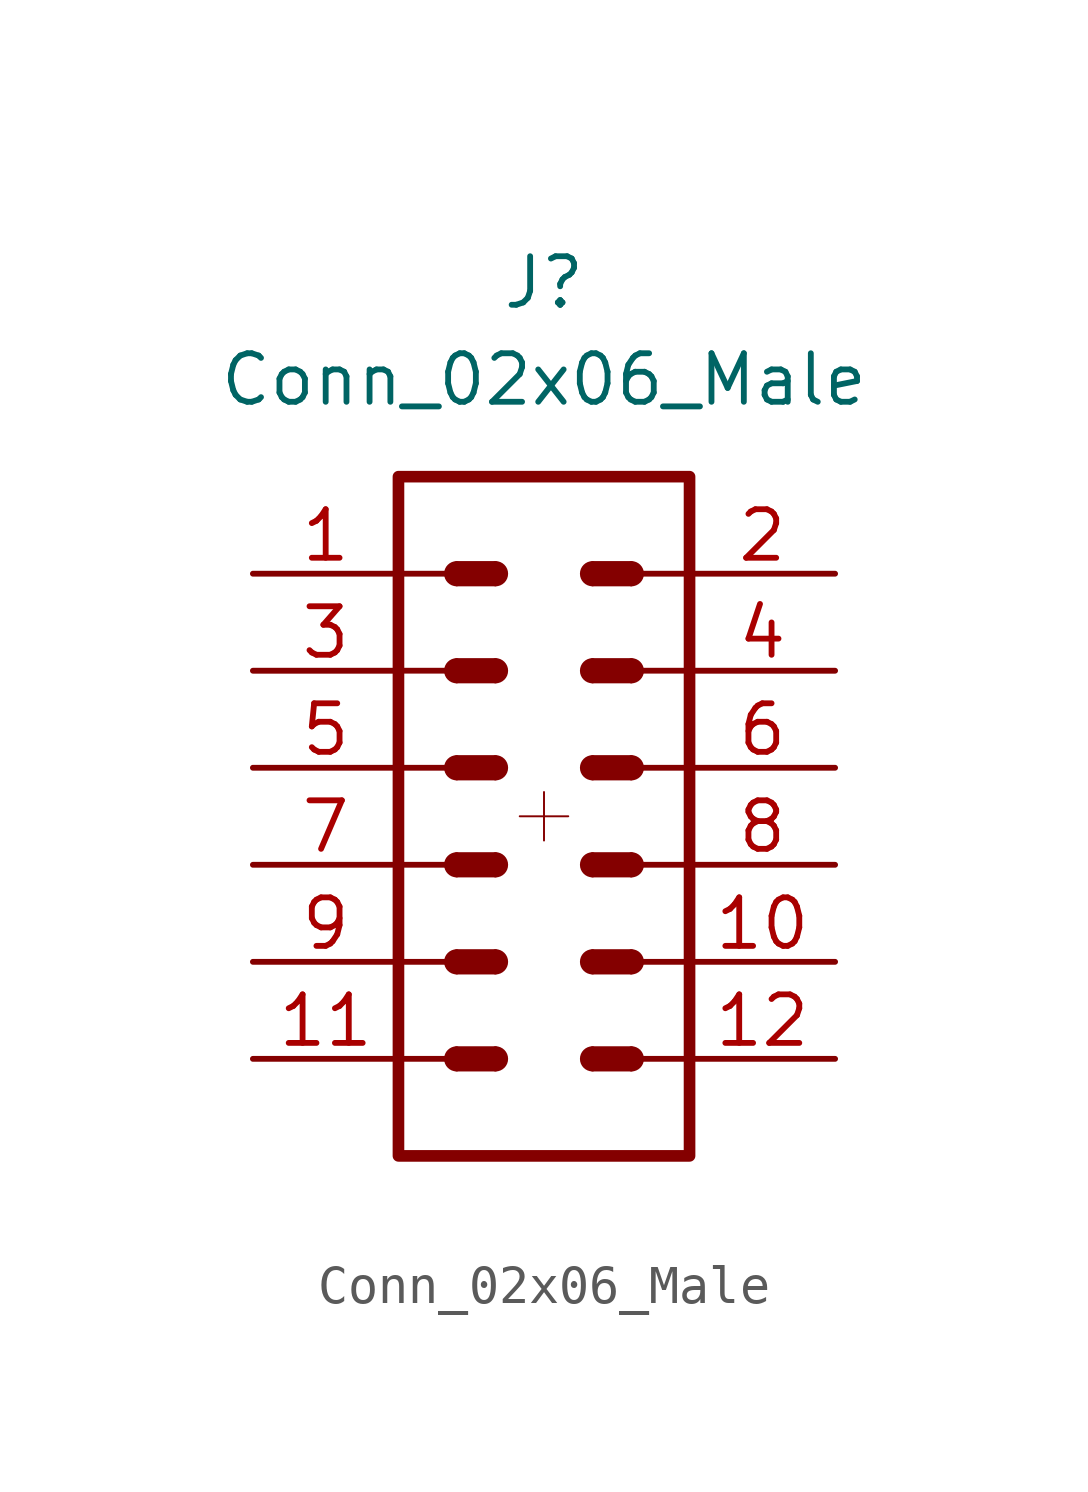
<source format=kicad_sym>
(kicad_symbol_lib
  (version 20211014)
  (generator kicad_symbol_editor)
  (symbol "Conn_02x06_Male"
    (pin_names
      (offset 1.016) hide)
    (property "Reference" "J"
      (at 0 12.7 0)
      (effects (font (size 1.27 1.27))))
    (property "Value" "Conn_02x06_Male"
      (at 0 10.16 0)
      (effects (font (size 1.27 1.27))))
    (symbol "Conn_02x06_Male_0_1"
      (rectangle (start -3.81 -5.08) (end -2.54 -5.08) (stroke (width 0.152) (type default) (color 0 0 0 0)) (fill (type none)))
      (rectangle (start -3.81 -2.54) (end -2.54 -2.54) (stroke (width 0.152) (type default) (color 0 0 0 0)) (fill (type none)))
      (rectangle (start -3.81 0) (end -2.54 0) (stroke (width 0.152) (type default) (color 0 0 0 0)) (fill (type none)))
      (rectangle (start -3.81 2.54) (end -2.54 2.54) (stroke (width 0.152) (type default) (color 0 0 0 0)) (fill (type none)))
      (rectangle (start -3.81 5.08) (end -2.54 5.08) (stroke (width 0.152) (type default) (color 0 0 0 0)) (fill (type none)))
      (rectangle (start -3.81 7.62) (end 3.81 -10.16) (stroke (width 0.305) (type default) (color 0 0 0 0)) (fill (type none)))
      (arc (start -2.286 5.334) (mid -2.54 5.08) (end -2.286 4.826) (stroke (width 0) (type default) (color 0 0 0 0)) (fill (type outline)))
      (rectangle (start -2.286 5.334) (end -1.27 4.826) (stroke (width 0) (type default) (color 0 0 0 0)) (fill (type outline)))
      (arc (start -1.27 4.826) (mid -1.016 5.08) (end -1.27 5.334) (stroke (width 0) (type default) (color 0 0 0 0)) (fill (type outline))))
    (symbol "Conn_02x06_Male_1_1"
      (rectangle (start -3.81 -7.62) (end -2.54 -7.62) (stroke (width 0.152) (type default) (color 0 0 0 0)) (fill (type none)))
      (arc (start -2.286 -7.366) (mid -2.54 -7.62) (end -2.286 -7.874) (stroke (width 0) (type default) (color 0 0 0 0)) (fill (type outline)))
      (rectangle (start -2.286 -7.366) (end -1.27 -7.874) (stroke (width 0) (type default) (color 0 0 0 0)) (fill (type outline)))
      (arc (start -2.286 -4.826) (mid -2.54 -5.08) (end -2.286 -5.334) (stroke (width 0) (type default) (color 0 0 0 0)) (fill (type outline)))
      (rectangle (start -2.286 -4.826) (end -1.27 -5.334) (stroke (width 0) (type default) (color 0 0 0 0)) (fill (type outline)))
      (arc (start -2.286 -2.286) (mid -2.54 -2.54) (end -2.286 -2.794) (stroke (width 0) (type default) (color 0 0 0 0)) (fill (type outline)))
      (rectangle (start -2.286 -2.286) (end -1.27 -2.794) (stroke (width 0) (type default) (color 0 0 0 0)) (fill (type outline)))
      (arc (start -2.286 0.254) (mid -2.54 0) (end -2.286 -0.254) (stroke (width 0) (type default) (color 0 0 0 0)) (fill (type outline)))
      (rectangle (start -2.286 0.254) (end -1.27 -0.254) (stroke (width 0) (type default) (color 0 0 0 0)) (fill (type outline)))
      (arc (start -2.286 2.794) (mid -2.54 2.54) (end -2.286 2.286) (stroke (width 0) (type default) (color 0 0 0 0)) (fill (type outline)))
      (rectangle (start -2.286 2.794) (end -1.27 2.286) (stroke (width 0) (type default) (color 0 0 0 0)) (fill (type outline)))
      (arc (start -1.27 -7.874) (mid -1.016 -7.62) (end -1.27 -7.366) (stroke (width 0) (type default) (color 0 0 0 0)) (fill (type outline)))
      (arc (start -1.27 -5.334) (mid -1.016 -5.08) (end -1.27 -4.826) (stroke (width 0) (type default) (color 0 0 0 0)) (fill (type outline)))
      (arc (start -1.27 -2.794) (mid -1.016 -2.54) (end -1.27 -2.286) (stroke (width 0) (type default) (color 0 0 0 0)) (fill (type outline)))
      (arc (start -1.27 -0.254) (mid -1.016 0) (end -1.27 0.254) (stroke (width 0) (type default) (color 0 0 0 0)) (fill (type outline)))
      (arc (start -1.27 2.286) (mid -1.016 2.54) (end -1.27 2.794) (stroke (width 0) (type default) (color 0 0 0 0)) (fill (type outline)))
      (polyline (pts (xy -0.635 -1.27) (xy 0.635 -1.27)) (stroke (width 0.051) (type default) (color 0 0 0 0)) (fill (type none)))
      (polyline (pts (xy 0 -0.635) (xy 0 -1.905)) (stroke (width 0.051) (type default) (color 0 0 0 0)) (fill (type none)))
      (arc (start 1.27 -7.366) (mid 1.016 -7.62) (end 1.27 -7.874) (stroke (width 0) (type default) (color 0 0 0 0)) (fill (type outline)))
      (rectangle (start 1.27 -7.366) (end 2.286 -7.874) (stroke (width 0) (type default) (color 0 0 0 0)) (fill (type outline)))
      (arc (start 1.27 -4.826) (mid 1.016 -5.08) (end 1.27 -5.334) (stroke (width 0) (type default) (color 0 0 0 0)) (fill (type outline)))
      (rectangle (start 1.27 -4.826) (end 2.286 -5.334) (stroke (width 0) (type default) (color 0 0 0 0)) (fill (type outline)))
      (arc (start 1.27 -2.286) (mid 1.016 -2.54) (end 1.27 -2.794) (stroke (width 0) (type default) (color 0 0 0 0)) (fill (type outline)))
      (rectangle (start 1.27 -2.286) (end 2.286 -2.794) (stroke (width 0) (type default) (color 0 0 0 0)) (fill (type outline)))
      (arc (start 1.27 0.254) (mid 1.016 0) (end 1.27 -0.254) (stroke (width 0) (type default) (color 0 0 0 0)) (fill (type outline)))
      (rectangle (start 1.27 0.254) (end 2.286 -0.254) (stroke (width 0) (type default) (color 0 0 0 0)) (fill (type outline)))
      (arc (start 1.27 2.794) (mid 1.016 2.54) (end 1.27 2.286) (stroke (width 0) (type default) (color 0 0 0 0)) (fill (type outline)))
      (rectangle (start 1.27 2.794) (end 2.286 2.286) (stroke (width 0) (type default) (color 0 0 0 0)) (fill (type outline)))
      (arc (start 1.27 5.334) (mid 1.016 5.08) (end 1.27 4.826) (stroke (width 0) (type default) (color 0 0 0 0)) (fill (type outline)))
      (rectangle (start 1.27 5.334) (end 2.286 4.826) (stroke (width 0) (type default) (color 0 0 0 0)) (fill (type outline)))
      (arc (start 2.286 -7.874) (mid 2.54 -7.62) (end 2.286 -7.366) (stroke (width 0) (type default) (color 0 0 0 0)) (fill (type outline)))
      (arc (start 2.286 -5.334) (mid 2.54 -5.08) (end 2.286 -4.826) (stroke (width 0) (type default) (color 0 0 0 0)) (fill (type outline)))
      (arc (start 2.286 -2.794) (mid 2.54 -2.54) (end 2.286 -2.286) (stroke (width 0) (type default) (color 0 0 0 0)) (fill (type outline)))
      (arc (start 2.286 -0.254) (mid 2.54 0) (end 2.286 0.254) (stroke (width 0) (type default) (color 0 0 0 0)) (fill (type outline)))
      (arc (start 2.286 2.286) (mid 2.54 2.54) (end 2.286 2.794) (stroke (width 0) (type default) (color 0 0 0 0)) (fill (type outline)))
      (arc (start 2.286 4.826) (mid 2.54 5.08) (end 2.286 5.334) (stroke (width 0) (type default) (color 0 0 0 0)) (fill (type outline)))
      (rectangle (start 3.81 -7.62) (end 2.54 -7.62) (stroke (width 0.152) (type default) (color 0 0 0 0)) (fill (type none)))
      (rectangle (start 3.81 -5.08) (end 2.54 -5.08) (stroke (width 0.152) (type default) (color 0 0 0 0)) (fill (type none)))
      (rectangle (start 3.81 -2.54) (end 2.54 -2.54) (stroke (width 0.152) (type default) (color 0 0 0 0)) (fill (type none)))
      (rectangle (start 3.81 0) (end 2.54 0) (stroke (width 0.152) (type default) (color 0 0 0 0)) (fill (type none)))
      (rectangle (start 3.81 2.54) (end 2.54 2.54) (stroke (width 0.152) (type default) (color 0 0 0 0)) (fill (type none)))
      (rectangle (start 3.81 5.08) (end 2.54 5.08) (stroke (width 0.152) (type default) (color 0 0 0 0)) (fill (type none)))
      (pin passive line (at -7.62 5.08 0) (length 3.81) (name "Pin_1" (effects (font (size 1.27 1.27)))) (number "1" (effects (font (size 1.27 1.27)))))
      (pin passive line (at 7.62 -5.08 180) (length 3.81) (name "Pin_10" (effects (font (size 1.27 1.27)))) (number "10" (effects (font (size 1.27 1.27)))))
      (pin passive line (at -7.62 -7.62 0) (length 3.81) (name "11" (effects (font (size 1.27 1.27)))) (number "11" (effects (font (size 1.27 1.27)))))
      (pin passive line (at 7.62 -7.62 180) (length 3.81) (name "12" (effects (font (size 1.27 1.27)))) (number "12" (effects (font (size 1.27 1.27)))))
      (pin passive line (at 7.62 5.08 180) (length 3.81) (name "Pin_2" (effects (font (size 1.27 1.27)))) (number "2" (effects (font (size 1.27 1.27)))))
      (pin passive line (at -7.62 2.54 0) (length 3.81) (name "Pin_3" (effects (font (size 1.27 1.27)))) (number "3" (effects (font (size 1.27 1.27)))))
      (pin passive line (at 7.62 2.54 180) (length 3.81) (name "Pin_4" (effects (font (size 1.27 1.27)))) (number "4" (effects (font (size 1.27 1.27)))))
      (pin passive line (at -7.62 0 0) (length 3.81) (name "Pin_5" (effects (font (size 1.27 1.27)))) (number "5" (effects (font (size 1.27 1.27)))))
      (pin passive line (at 7.62 0 180) (length 3.81) (name "Pin_6" (effects (font (size 1.27 1.27)))) (number "6" (effects (font (size 1.27 1.27)))))
      (pin passive line (at -7.62 -2.54 0) (length 3.81) (name "Pin_7" (effects (font (size 1.27 1.27)))) (number "7" (effects (font (size 1.27 1.27)))))
      (pin passive line (at 7.62 -2.54 180) (length 3.81) (name "Pin_8" (effects (font (size 1.27 1.27)))) (number "8" (effects (font (size 1.27 1.27)))))
      (pin passive line (at -7.62 -5.08 0) (length 3.81) (name "Pin_9" (effects (font (size 1.27 1.27)))) (number "9" (effects (font (size 1.27 1.27))))))))
</source>
